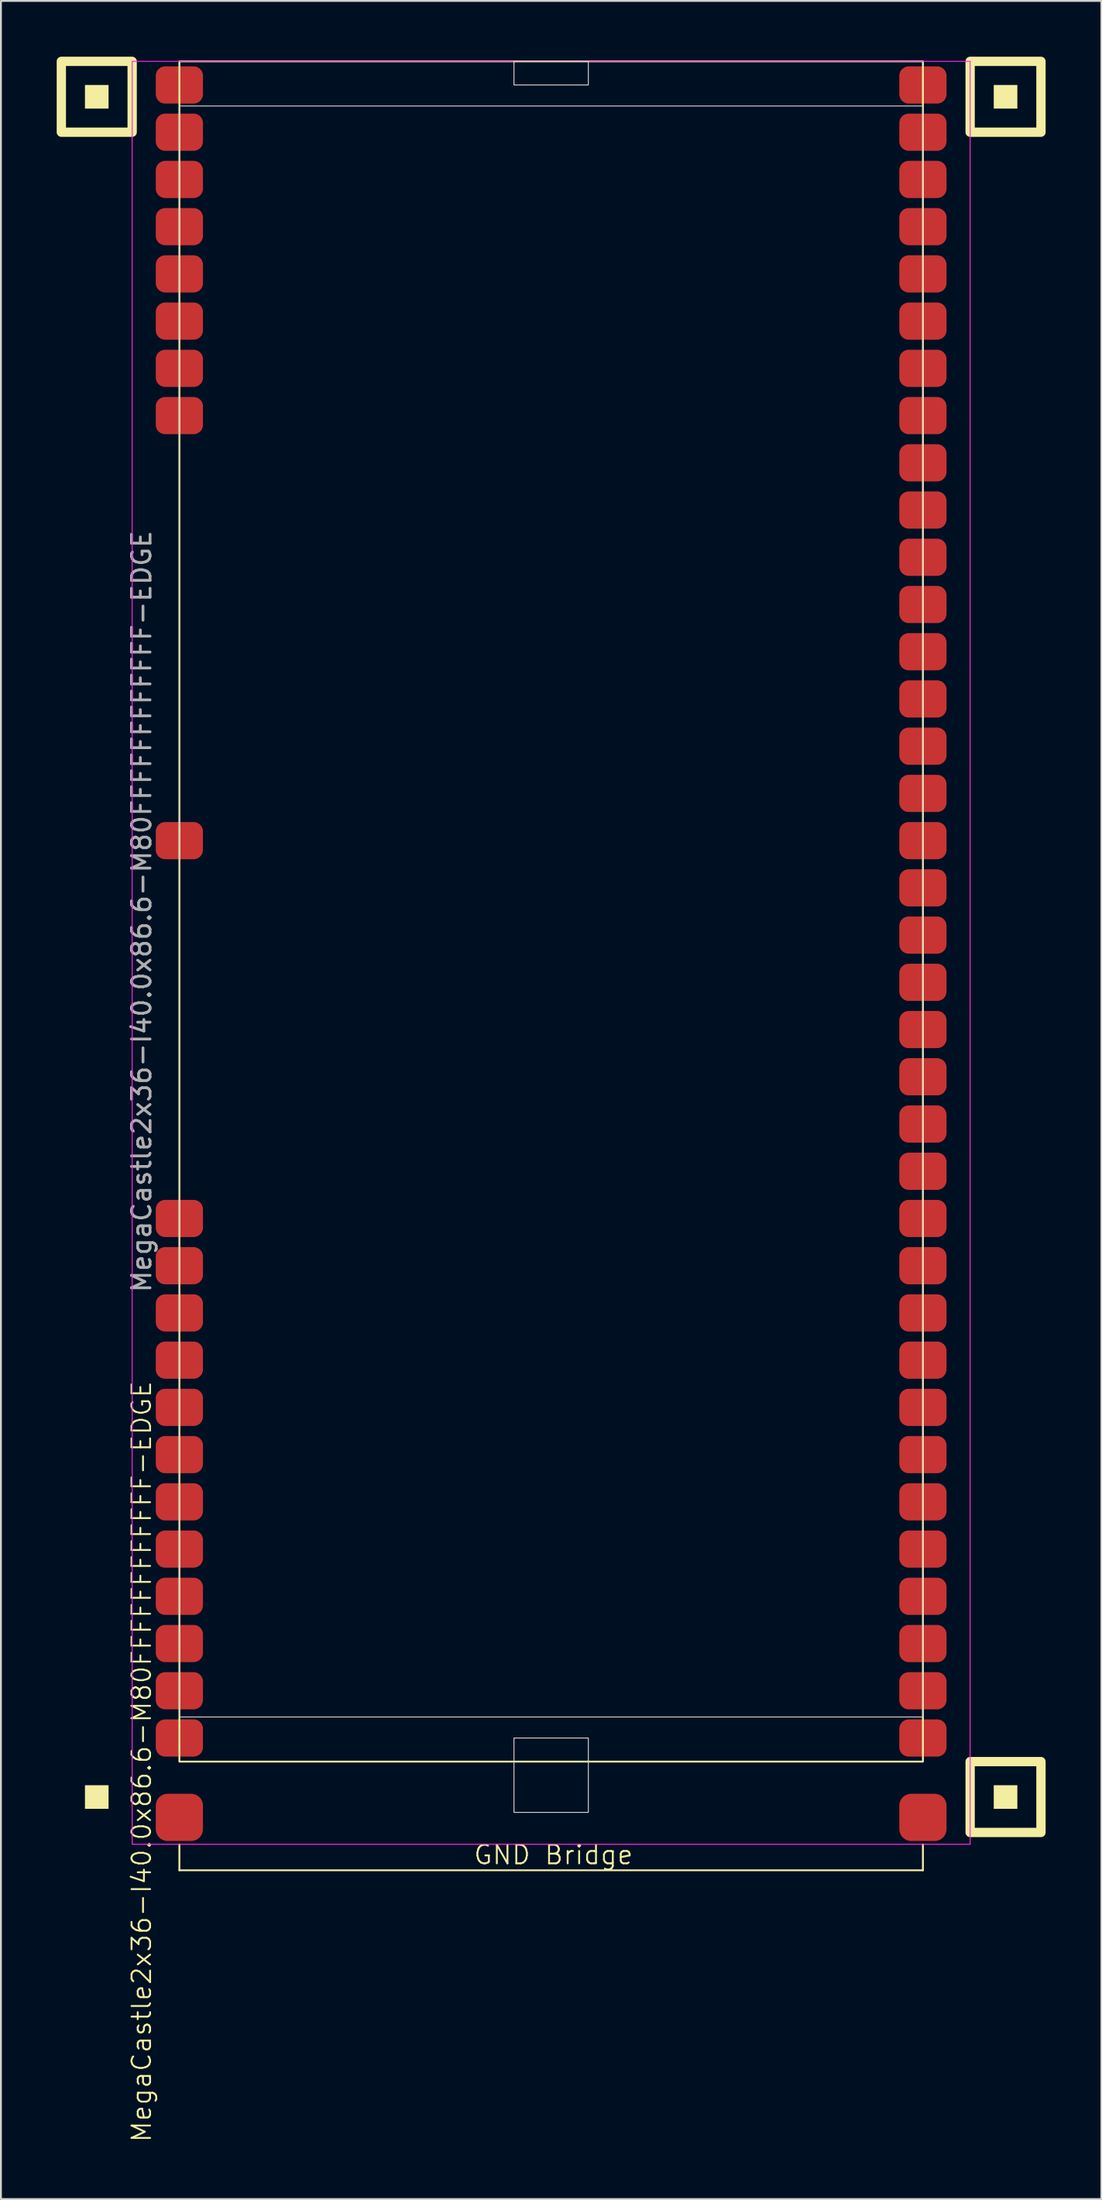
<source format=kicad_pcb>
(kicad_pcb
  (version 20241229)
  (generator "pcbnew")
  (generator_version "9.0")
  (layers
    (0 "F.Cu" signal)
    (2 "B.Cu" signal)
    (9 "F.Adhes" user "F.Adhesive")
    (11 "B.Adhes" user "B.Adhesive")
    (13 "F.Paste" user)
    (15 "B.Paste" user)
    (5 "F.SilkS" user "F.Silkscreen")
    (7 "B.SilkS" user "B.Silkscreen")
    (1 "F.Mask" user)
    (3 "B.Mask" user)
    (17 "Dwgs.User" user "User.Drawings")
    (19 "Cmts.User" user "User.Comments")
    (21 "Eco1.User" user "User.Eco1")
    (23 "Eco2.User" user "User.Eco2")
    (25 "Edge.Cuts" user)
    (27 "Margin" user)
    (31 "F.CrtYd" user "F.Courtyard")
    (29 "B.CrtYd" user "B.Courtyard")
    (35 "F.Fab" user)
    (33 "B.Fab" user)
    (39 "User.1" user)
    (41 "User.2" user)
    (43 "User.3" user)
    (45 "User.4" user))
  (footprint "MegaCastle2x36-I40.0x86.6-M80FFFFFFFFFFFF-EDGE"
    (layer "F.Cu")
    (at 26.6 45.97)
    (property "Reference" "MegaCastle2x36-I40.0x86.6-M80FFFFFFFFFFFF-EDGE" (at -22.032 45.72 90) (unlocked yes) (layer "F.SilkS") (effects (font (size 1 1) (thickness 0.1))))
    (attr smd)
    (fp_line (start -20 50.165) (end -20 51.565) (stroke (width 0.1) (type default)) (layer "F.SilkS"))
    (fp_line (start -20 51.565) (end 20 51.565) (stroke (width 0.1) (type default)) (layer "F.SilkS"))
    (fp_line (start 20 50.165) (end 20 51.565) (stroke (width 0.1) (type default)) (layer "F.SilkS"))
    (fp_rect (start -23.81 -43.18) (end -25.08 -44.45) (stroke (width 0) (type solid)) (fill yes) (layer "F.SilkS"))
    (fp_rect (start -23.81 48.26) (end -25.08 46.99) (stroke (width 0) (type solid)) (fill yes) (layer "F.SilkS"))
    (fp_rect (start -22.54 -41.91) (end -26.35 -45.72) (stroke (width 0.5) (type default)) (fill no) (layer "F.SilkS"))
    (fp_rect (start -20 -45.72) (end 20 45.72) (stroke (width 0.1) (type default)) (fill no) (layer "F.SilkS"))
    (fp_rect (start 25.08 -43.18) (end 23.81 -44.45) (stroke (width 0) (type solid)) (fill yes) (layer "F.SilkS"))
    (fp_rect (start 25.08 48.26) (end 23.81 46.99) (stroke (width 0) (type solid)) (fill yes) (layer "F.SilkS"))
    (fp_rect (start 26.35 -41.91) (end 22.54 -45.72) (stroke (width 0.5) (type default)) (fill no) (layer "F.SilkS"))
    (fp_rect (start 26.35 49.53) (end 22.54 45.72) (stroke (width 0.5) (type default)) (fill no) (layer "F.SilkS"))
    (fp_rect (start -20 -43.32) (end 20 43.32) (stroke (width 0.05) (type default)) (fill no) (layer "Edge.Cuts"))
    (fp_rect (start -2 -44.45) (end 2 -45.72) (stroke (width 0.05) (type default)) (fill no) (layer "Edge.Cuts"))
    (fp_rect (start -2 44.45) (end 2 48.45) (stroke (width 0.05) (type default)) (fill no) (layer "Edge.Cuts"))
    (fp_line (start -22.54 -45.72) (end -22.54 50.165) (stroke (width 0.05) (type default)) (layer "F.CrtYd"))
    (fp_line (start -22.54 50.165) (end 22.54 50.165) (stroke (width 0.05) (type default)) (layer "F.CrtYd"))
    (fp_line (start 22.54 -45.72) (end -22.54 -45.72) (stroke (width 0.05) (type default)) (layer "F.CrtYd"))
    (fp_line (start 22.54 -45.72) (end 22.54 50.165) (stroke (width 0.05) (type default)) (layer "F.CrtYd"))
    (fp_text user "GND Bridge" (at -4.226 51.32 0) (unlocked yes) (layer "F.SilkS") (effects (font (size 1 1) (thickness 0.1)) (justify left bottom)))
    (fp_text user "${REFERENCE}" (at -22.032 0 90) (unlocked yes) (layer "F.Fab") (effects (font (size 1 1) (thickness 0.15))))
    (pad "1" smd roundrect (at -20 -44.45) (size 2.54 2) (layers "F.Cu" "F.Mask" "F.Paste") (roundrect_rratio 0.25))
    (pad "2" smd roundrect (at -20 -41.91) (size 2.54 2) (layers "F.Cu" "F.Mask" "F.Paste") (roundrect_rratio 0.25))
    (pad "3" smd roundrect (at -20 -39.37) (size 2.54 2) (layers "F.Cu" "F.Mask" "F.Paste") (roundrect_rratio 0.25))
    (pad "4" smd roundrect (at -20 -36.83) (size 2.54 2) (layers "F.Cu" "F.Mask" "F.Paste") (roundrect_rratio 0.25))
    (pad "5" smd roundrect (at -20 -34.29) (size 2.54 2) (layers "F.Cu" "F.Mask" "F.Paste") (roundrect_rratio 0.25))
    (pad "6" smd roundrect (at -20 -31.75) (size 2.54 2) (layers "F.Cu" "F.Mask" "F.Paste") (roundrect_rratio 0.25))
    (pad "7" smd roundrect (at -20 -29.21) (size 2.54 2) (layers "F.Cu" "F.Mask" "F.Paste") (roundrect_rratio 0.25))
    (pad "8" smd roundrect (at -20 -26.67) (size 2.54 2) (layers "F.Cu" "F.Mask" "F.Paste") (roundrect_rratio 0.25))
    (pad "17" smd roundrect (at -20 -3.81) (size 2.54 2) (layers "F.Cu" "F.Mask" "F.Paste") (roundrect_rratio 0.25))
    (pad "25" smd roundrect (at -20 16.51) (size 2.54 2) (layers "F.Cu" "F.Mask" "F.Paste") (roundrect_rratio 0.25))
    (pad "26" smd roundrect (at -20 19.05) (size 2.54 2) (layers "F.Cu" "F.Mask" "F.Paste") (roundrect_rratio 0.25))
    (pad "27" smd roundrect (at -20 21.59) (size 2.54 2) (layers "F.Cu" "F.Mask" "F.Paste") (roundrect_rratio 0.25))
    (pad "28" smd roundrect (at -20 24.13) (size 2.54 2) (layers "F.Cu" "F.Mask" "F.Paste") (roundrect_rratio 0.25))
    (pad "29" smd roundrect (at -20 26.67) (size 2.54 2) (layers "F.Cu" "F.Mask" "F.Paste") (roundrect_rratio 0.25))
    (pad "30" smd roundrect (at -20 29.21) (size 2.54 2) (layers "F.Cu" "F.Mask" "F.Paste") (roundrect_rratio 0.25))
    (pad "31" smd roundrect (at -20 31.75) (size 2.54 2) (layers "F.Cu" "F.Mask" "F.Paste") (roundrect_rratio 0.25))
    (pad "32" smd roundrect (at -20 34.29) (size 2.54 2) (layers "F.Cu" "F.Mask" "F.Paste") (roundrect_rratio 0.25))
    (pad "33" smd roundrect (at -20 36.83) (size 2.54 2) (layers "F.Cu" "F.Mask" "F.Paste") (roundrect_rratio 0.25))
    (pad "34" smd roundrect (at -20 39.37) (size 2.54 2) (layers "F.Cu" "F.Mask" "F.Paste") (roundrect_rratio 0.25))
    (pad "35" smd roundrect (at -20 41.91) (size 2.54 2) (layers "F.Cu" "F.Mask" "F.Paste") (roundrect_rratio 0.25))
    (pad "36" smd roundrect (at -20 44.45) (size 2.54 2) (layers "F.Cu" "F.Mask" "F.Paste") (roundrect_rratio 0.25))
    (pad "37" smd roundrect (at 20 -44.45) (size 2.54 2) (layers "F.Cu" "F.Mask" "F.Paste") (roundrect_rratio 0.25))
    (pad "38" smd roundrect (at 20 -41.91) (size 2.54 2) (layers "F.Cu" "F.Mask" "F.Paste") (roundrect_rratio 0.25))
    (pad "39" smd roundrect (at 20 -39.37) (size 2.54 2) (layers "F.Cu" "F.Mask" "F.Paste") (roundrect_rratio 0.25))
    (pad "40" smd roundrect (at 20 -36.83) (size 2.54 2) (layers "F.Cu" "F.Mask" "F.Paste") (roundrect_rratio 0.25))
    (pad "41" smd roundrect (at 20 -34.29) (size 2.54 2) (layers "F.Cu" "F.Mask" "F.Paste") (roundrect_rratio 0.25))
    (pad "42" smd roundrect (at 20 -31.75) (size 2.54 2) (layers "F.Cu" "F.Mask" "F.Paste") (roundrect_rratio 0.25))
    (pad "43" smd roundrect (at 20 -29.21) (size 2.54 2) (layers "F.Cu" "F.Mask" "F.Paste") (roundrect_rratio 0.25))
    (pad "44" smd roundrect (at 20 -26.67) (size 2.54 2) (layers "F.Cu" "F.Mask" "F.Paste") (roundrect_rratio 0.25))
    (pad "45" smd roundrect (at 20 -24.13) (size 2.54 2) (layers "F.Cu" "F.Mask" "F.Paste") (roundrect_rratio 0.25))
    (pad "46" smd roundrect (at 20 -21.59) (size 2.54 2) (layers "F.Cu" "F.Mask" "F.Paste") (roundrect_rratio 0.25))
    (pad "47" smd roundrect (at 20 -19.05) (size 2.54 2) (layers "F.Cu" "F.Mask" "F.Paste") (roundrect_rratio 0.25))
    (pad "48" smd roundrect (at 20 -16.51) (size 2.54 2) (layers "F.Cu" "F.Mask" "F.Paste") (roundrect_rratio 0.25))
    (pad "49" smd roundrect (at 20 -13.97) (size 2.54 2) (layers "F.Cu" "F.Mask" "F.Paste") (roundrect_rratio 0.25))
    (pad "50" smd roundrect (at 20 -11.43) (size 2.54 2) (layers "F.Cu" "F.Mask" "F.Paste") (roundrect_rratio 0.25))
    (pad "51" smd roundrect (at 20 -8.89) (size 2.54 2) (layers "F.Cu" "F.Mask" "F.Paste") (roundrect_rratio 0.25))
    (pad "52" smd roundrect (at 20 -6.35) (size 2.54 2) (layers "F.Cu" "F.Mask" "F.Paste") (roundrect_rratio 0.25))
    (pad "53" smd roundrect (at 20 -3.81) (size 2.54 2) (layers "F.Cu" "F.Mask" "F.Paste") (roundrect_rratio 0.25))
    (pad "54" smd roundrect (at 20 -1.27) (size 2.54 2) (layers "F.Cu" "F.Mask" "F.Paste") (roundrect_rratio 0.25))
    (pad "55" smd roundrect (at 20 1.27) (size 2.54 2) (layers "F.Cu" "F.Mask" "F.Paste") (roundrect_rratio 0.25))
    (pad "56" smd roundrect (at 20 3.81) (size 2.54 2) (layers "F.Cu" "F.Mask" "F.Paste") (roundrect_rratio 0.25))
    (pad "57" smd roundrect (at 20 6.35) (size 2.54 2) (layers "F.Cu" "F.Mask" "F.Paste") (roundrect_rratio 0.25))
    (pad "58" smd roundrect (at 20 8.89) (size 2.54 2) (layers "F.Cu" "F.Mask" "F.Paste") (roundrect_rratio 0.25))
    (pad "59" smd roundrect (at 20 11.43) (size 2.54 2) (layers "F.Cu" "F.Mask" "F.Paste") (roundrect_rratio 0.25))
    (pad "60" smd roundrect (at 20 13.97) (size 2.54 2) (layers "F.Cu" "F.Mask" "F.Paste") (roundrect_rratio 0.25))
    (pad "61" smd roundrect (at 20 16.51) (size 2.54 2) (layers "F.Cu" "F.Mask" "F.Paste") (roundrect_rratio 0.25))
    (pad "62" smd roundrect (at 20 19.05) (size 2.54 2) (layers "F.Cu" "F.Mask" "F.Paste") (roundrect_rratio 0.25))
    (pad "63" smd roundrect (at 20 21.59) (size 2.54 2) (layers "F.Cu" "F.Mask" "F.Paste") (roundrect_rratio 0.25))
    (pad "64" smd roundrect (at 20 24.13) (size 2.54 2) (layers "F.Cu" "F.Mask" "F.Paste") (roundrect_rratio 0.25))
    (pad "65" smd roundrect (at 20 26.67) (size 2.54 2) (layers "F.Cu" "F.Mask" "F.Paste") (roundrect_rratio 0.25))
    (pad "66" smd roundrect (at 20 29.21) (size 2.54 2) (layers "F.Cu" "F.Mask" "F.Paste") (roundrect_rratio 0.25))
    (pad "67" smd roundrect (at 20 31.75) (size 2.54 2) (layers "F.Cu" "F.Mask" "F.Paste") (roundrect_rratio 0.25))
    (pad "68" smd roundrect (at 20 34.29) (size 2.54 2) (layers "F.Cu" "F.Mask" "F.Paste") (roundrect_rratio 0.25))
    (pad "69" smd roundrect (at 20 36.83) (size 2.54 2) (layers "F.Cu" "F.Mask" "F.Paste") (roundrect_rratio 0.25))
    (pad "70" smd roundrect (at 20 39.37) (size 2.54 2) (layers "F.Cu" "F.Mask" "F.Paste") (roundrect_rratio 0.25))
    (pad "71" smd roundrect (at 20 41.91) (size 2.54 2) (layers "F.Cu" "F.Mask" "F.Paste") (roundrect_rratio 0.25))
    (pad "72" smd roundrect (at 20 44.45) (size 2.54 2) (layers "F.Cu" "F.Mask" "F.Paste") (roundrect_rratio 0.25))
    (pad "B1" smd roundrect (at -20 48.72) (size 2.54 2.54) (layers "F.Cu" "F.Mask" "F.Paste") (roundrect_rratio 0.25))
    (pad "B2" smd roundrect (at 20 48.72) (size 2.54 2.54) (layers "F.Cu" "F.Mask" "F.Paste") (roundrect_rratio 0.25)))
  (gr_rect
    (start -3 -3)
    (end 56.2 115.216)
    (stroke (width 0.1) (type default))
    (fill no)
    (layer "Edge.Cuts")))
</source>
